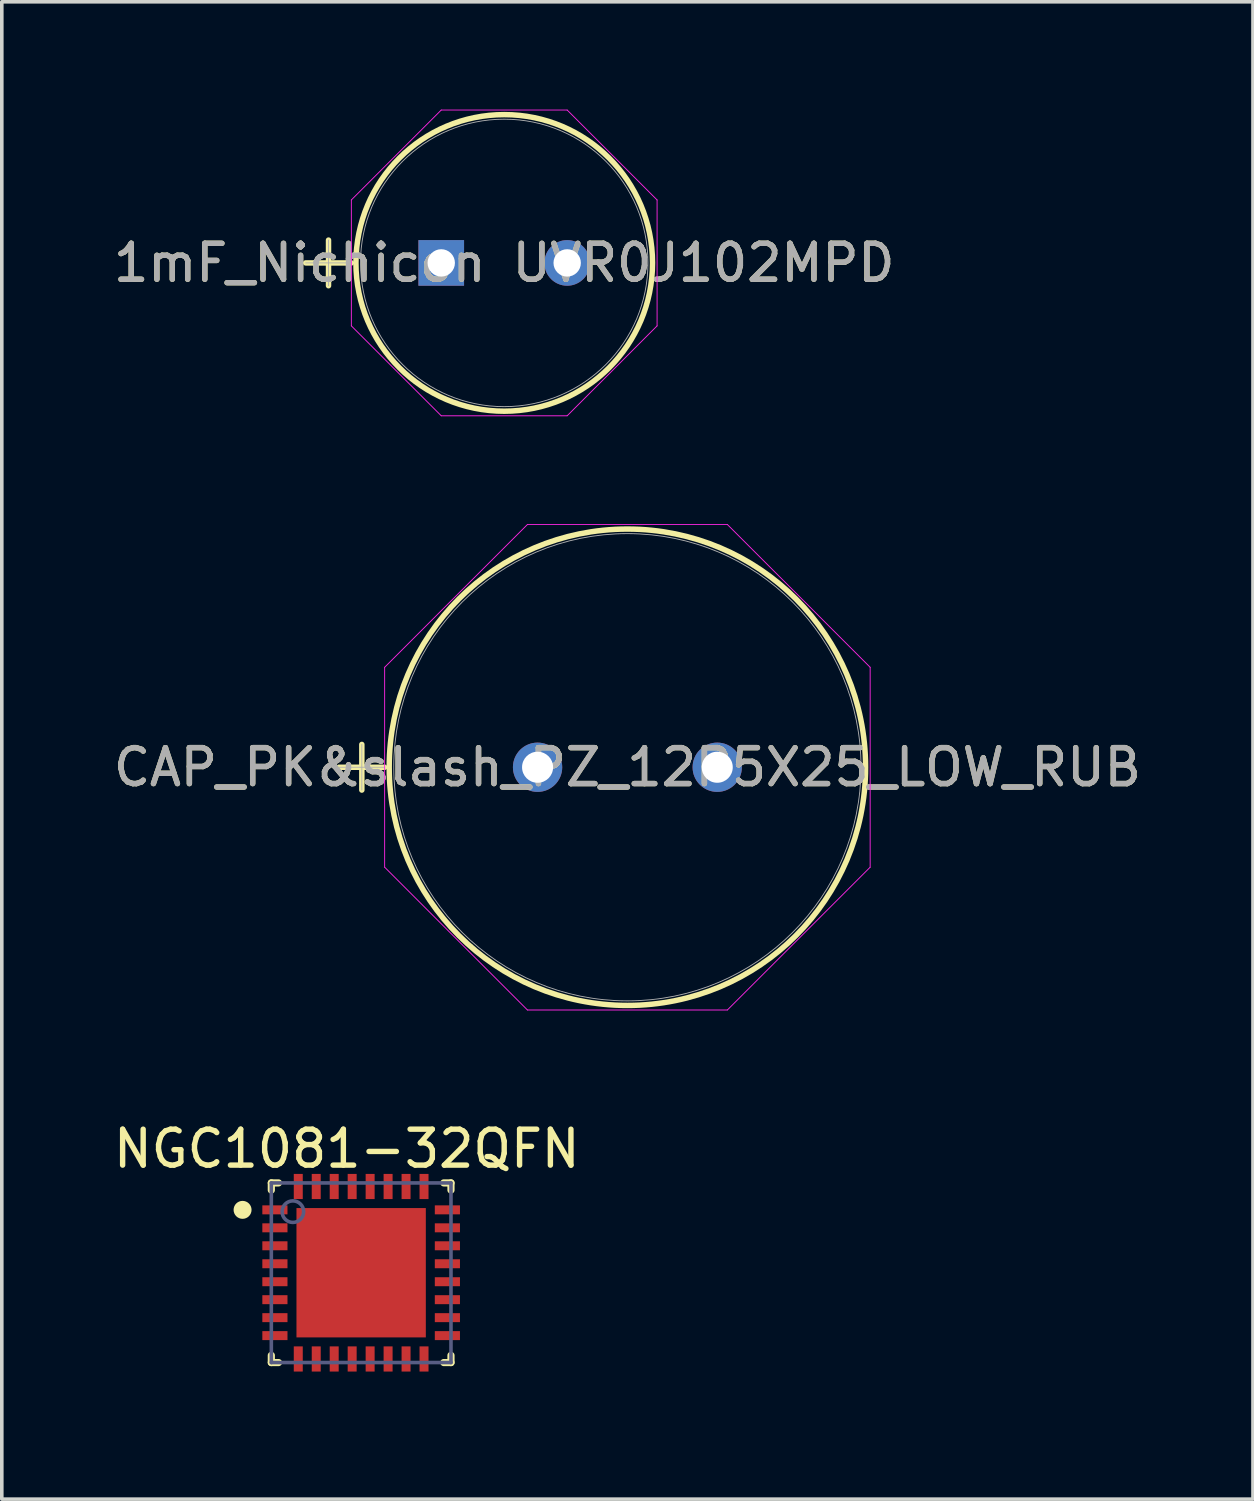
<source format=kicad_pcb>
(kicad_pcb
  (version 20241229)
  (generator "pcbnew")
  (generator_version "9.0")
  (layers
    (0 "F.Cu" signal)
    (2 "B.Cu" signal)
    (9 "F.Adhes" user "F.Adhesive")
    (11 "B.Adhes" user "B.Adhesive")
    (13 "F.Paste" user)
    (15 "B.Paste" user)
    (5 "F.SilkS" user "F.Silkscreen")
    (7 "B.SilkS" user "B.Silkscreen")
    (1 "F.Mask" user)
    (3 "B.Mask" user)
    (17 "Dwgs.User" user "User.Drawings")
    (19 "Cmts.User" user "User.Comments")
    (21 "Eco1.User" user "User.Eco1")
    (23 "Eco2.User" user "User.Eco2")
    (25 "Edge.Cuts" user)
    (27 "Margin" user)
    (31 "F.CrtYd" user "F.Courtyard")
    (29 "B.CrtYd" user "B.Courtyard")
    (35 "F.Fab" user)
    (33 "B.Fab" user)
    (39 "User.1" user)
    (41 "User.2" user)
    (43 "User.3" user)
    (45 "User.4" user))
  (footprint "CAP_PK&slash_PZ_12P5X25_LOW_RUB"
    (layer "F.Cu")
    (at 11.911 18.303)
    (property "Reference" "CAP_PK&slash_PZ_12P5X25_LOW_RUB" (at 2.5 0 0) (unlocked yes) (layer "F.SilkS") (effects (font (size 1 1) (thickness 0.15))))
    (attr through_hole)
    (fp_line (start -5.526 0) (end -4.256 0) (stroke (width 0.152) (type solid)) (layer "F.SilkS"))
    (fp_line (start -4.891 -0.635) (end -4.891 0.635) (stroke (width 0.152) (type solid)) (layer "F.SilkS"))
    (fp_circle (center 2.5 0) (end 9.129 0) (stroke (width 0.152) (type solid)) (fill no) (layer "F.SilkS"))
    (fp_line (start -4.256 -2.782) (end -0.282 -6.756) (stroke (width 0.025) (type solid)) (layer "F.CrtYd"))
    (fp_line (start -4.256 2.782) (end -4.256 -2.782) (stroke (width 0.025) (type solid)) (layer "F.CrtYd"))
    (fp_line (start -0.282 -6.756) (end 5.282 -6.756) (stroke (width 0.025) (type solid)) (layer "F.CrtYd"))
    (fp_line (start -0.282 6.756) (end -4.256 2.782) (stroke (width 0.025) (type solid)) (layer "F.CrtYd"))
    (fp_line (start 5.282 -6.756) (end 9.256 -2.782) (stroke (width 0.025) (type solid)) (layer "F.CrtYd"))
    (fp_line (start 5.282 6.756) (end -0.282 6.756) (stroke (width 0.025) (type solid)) (layer "F.CrtYd"))
    (fp_line (start 9.256 -2.782) (end 9.256 2.782) (stroke (width 0.025) (type solid)) (layer "F.CrtYd"))
    (fp_line (start 9.256 2.782) (end 5.282 6.756) (stroke (width 0.025) (type solid)) (layer "F.CrtYd"))
    (fp_line (start -5.526 0) (end -4.256 0) (stroke (width 0.025) (type solid)) (layer "F.Fab"))
    (fp_line (start -4.891 -0.635) (end -4.891 0.635) (stroke (width 0.025) (type solid)) (layer "F.Fab"))
    (fp_circle (center 2.5 0) (end 9.002 0) (stroke (width 0.025) (type solid)) (fill no) (layer "F.Fab"))
    (fp_text user "${REFERENCE}" (at 2.5 0 0) (unlocked yes) (layer "F.Fab") (effects (font (size 1 1) (thickness 0.15))))
    (pad "1" thru_hole circle (at 0 0) (size 1.372 1.372) (drill 0.864) (layers "*.Cu" "*.Mask"))
    (pad "2" thru_hole circle (at 5 0) (size 1.372 1.372) (drill 0.864) (layers "*.Cu" "*.Mask")))
  (footprint "NGC1081-32QFN"
    (layer "F.Cu")
    (at 7.001 32.371)
    (property "Reference" "NGC1081-32QFN" (at -0.4 -3.45 0) (layer "F.SilkS") (effects (font (size 1 1) (thickness 0.15))))
    (fp_line (start -2.5 -2.5) (end -2.3 -2.5) (stroke (width 0.2) (type solid)) (layer "F.SilkS"))
    (fp_line (start -2.5 -2.3) (end -2.5 -2.5) (stroke (width 0.2) (type solid)) (layer "F.SilkS"))
    (fp_line (start -2.5 2.5) (end -2.5 2.3) (stroke (width 0.2) (type solid)) (layer "F.SilkS"))
    (fp_line (start -2.5 2.5) (end -2.3 2.5) (stroke (width 0.2) (type solid)) (layer "F.SilkS"))
    (fp_line (start 2.3 -2.5) (end 2.5 -2.5) (stroke (width 0.2) (type solid)) (layer "F.SilkS"))
    (fp_line (start 2.3 2.5) (end 2.5 2.5) (stroke (width 0.2) (type solid)) (layer "F.SilkS"))
    (fp_line (start 2.5 -2.3) (end 2.5 -2.5) (stroke (width 0.2) (type solid)) (layer "F.SilkS"))
    (fp_line (start 2.5 2.5) (end 2.5 2.3) (stroke (width 0.2) (type solid)) (layer "F.SilkS"))
    (fp_circle (center -3.3 -1.75) (end -3.3 -1.875) (stroke (width 0.25) (type solid)) (fill no) (layer "F.SilkS"))
    (fp_poly (pts (xy -1.6 -1.6) (xy -1.6 -0.2) (xy -0.2 -0.2) (xy -0.2 -1.6)) (stroke (width 0) (type default)) (fill yes) (layer "F.Paste"))
    (fp_poly (pts (xy -1.6 0.2) (xy -1.6 1.6) (xy -0.2 1.6) (xy -0.2 0.2)) (stroke (width 0) (type default)) (fill yes) (layer "F.Paste"))
    (fp_poly (pts (xy 0.2 -1.6) (xy 0.2 -0.2) (xy 1.6 -0.2) (xy 1.6 -1.6)) (stroke (width 0) (type default)) (fill yes) (layer "F.Paste"))
    (fp_poly (pts (xy 0.2 0.2) (xy 0.2 1.6) (xy 1.6 1.6) (xy 1.6 0.2)) (stroke (width 0) (type default)) (fill yes) (layer "F.Paste"))
    (fp_line (start -3.25 -3.25) (end 3.25 -3.25) (stroke (width 0.1) (type solid)) (layer "Eco2.User"))
    (fp_line (start -3.25 3.25) (end -3.25 -3.25) (stroke (width 0.1) (type solid)) (layer "Eco2.User"))
    (fp_line (start -3.25 3.25) (end 3.25 3.25) (stroke (width 0.1) (type solid)) (layer "Eco2.User"))
    (fp_line (start -0.5 0) (end 0.5 0) (stroke (width 0.1) (type solid)) (layer "Eco2.User"))
    (fp_line (start 0 0.5) (end 0 -0.5) (stroke (width 0.1) (type solid)) (layer "Eco2.User"))
    (fp_line (start 3.25 3.25) (end 3.25 -3.25) (stroke (width 0.1) (type solid)) (layer "Eco2.User"))
    (fp_line (start -2.5 -2.5) (end 2.5 -2.5) (stroke (width 0.1) (type solid)) (layer "B.Fab"))
    (fp_line (start -2.5 2.5) (end -2.5 -2.5) (stroke (width 0.1) (type solid)) (layer "B.Fab"))
    (fp_line (start -2.5 2.5) (end 2.5 2.5) (stroke (width 0.1) (type solid)) (layer "B.Fab"))
    (fp_line (start 2.5 2.5) (end 2.5 -2.5) (stroke (width 0.1) (type solid)) (layer "B.Fab"))
    (fp_circle (center -1.9 -1.7) (end -1.9 -2) (stroke (width 0.1) (type solid)) (fill no) (layer "B.Fab"))
    (fp_text user "${REFERENCE}" (at 0 0.129 0) (unlocked yes) (layer "User.3") (effects (font (face "Arial") (size 0.756 0.756) (thickness 0.2)) (justify left bottom)))
    (pad "1" smd rect (at -2.4 -1.75) (size 0.7 0.25) (layers "F.Cu" "F.Mask" "F.Paste"))
    (pad "2" smd rect (at -2.4 -1.25) (size 0.7 0.25) (layers "F.Cu" "F.Mask" "F.Paste"))
    (pad "3" smd rect (at -2.4 -0.75) (size 0.7 0.25) (layers "F.Cu" "F.Mask" "F.Paste"))
    (pad "4" smd rect (at -2.4 -0.25) (size 0.7 0.25) (layers "F.Cu" "F.Mask" "F.Paste"))
    (pad "5" smd rect (at -2.4 0.25) (size 0.7 0.25) (layers "F.Cu" "F.Mask" "F.Paste"))
    (pad "6" smd rect (at -2.4 0.75) (size 0.7 0.25) (layers "F.Cu" "F.Mask" "F.Paste"))
    (pad "7" smd rect (at -2.4 1.25) (size 0.7 0.25) (layers "F.Cu" "F.Mask" "F.Paste"))
    (pad "8" smd rect (at -2.4 1.75) (size 0.7 0.25) (layers "F.Cu" "F.Mask" "F.Paste"))
    (pad "9" smd rect (at -1.75 2.4 90) (size 0.7 0.25) (layers "F.Cu" "F.Mask" "F.Paste"))
    (pad "10" smd rect (at -1.25 2.4 90) (size 0.7 0.25) (layers "F.Cu" "F.Mask" "F.Paste"))
    (pad "11" smd rect (at -0.75 2.4 90) (size 0.7 0.25) (layers "F.Cu" "F.Mask" "F.Paste"))
    (pad "12" smd rect (at -0.25 2.4 90) (size 0.7 0.25) (layers "F.Cu" "F.Mask" "F.Paste"))
    (pad "13" smd rect (at 0.25 2.4 90) (size 0.7 0.25) (layers "F.Cu" "F.Mask" "F.Paste"))
    (pad "14" smd rect (at 0.75 2.4 90) (size 0.7 0.25) (layers "F.Cu" "F.Mask" "F.Paste"))
    (pad "15" smd rect (at 1.25 2.4 90) (size 0.7 0.25) (layers "F.Cu" "F.Mask" "F.Paste"))
    (pad "16" smd rect (at 1.75 2.4 90) (size 0.7 0.25) (layers "F.Cu" "F.Mask" "F.Paste"))
    (pad "17" smd rect (at 2.4 1.75) (size 0.7 0.25) (layers "F.Cu" "F.Mask" "F.Paste"))
    (pad "18" smd rect (at 2.4 1.25) (size 0.7 0.25) (layers "F.Cu" "F.Mask" "F.Paste"))
    (pad "19" smd rect (at 2.4 0.75) (size 0.7 0.25) (layers "F.Cu" "F.Mask" "F.Paste"))
    (pad "20" smd rect (at 2.4 0.25) (size 0.7 0.25) (layers "F.Cu" "F.Mask" "F.Paste"))
    (pad "21" smd rect (at 2.4 -0.25) (size 0.7 0.25) (layers "F.Cu" "F.Mask" "F.Paste"))
    (pad "22" smd rect (at 2.4 -0.75) (size 0.7 0.25) (layers "F.Cu" "F.Mask" "F.Paste"))
    (pad "23" smd rect (at 2.4 -1.25) (size 0.7 0.25) (layers "F.Cu" "F.Mask" "F.Paste"))
    (pad "24" smd rect (at 2.4 -1.75) (size 0.7 0.25) (layers "F.Cu" "F.Mask" "F.Paste"))
    (pad "25" smd rect (at 1.75 -2.4 90) (size 0.7 0.25) (layers "F.Cu" "F.Mask" "F.Paste"))
    (pad "26" smd rect (at 1.25 -2.4 90) (size 0.7 0.25) (layers "F.Cu" "F.Mask" "F.Paste"))
    (pad "27" smd rect (at 0.75 -2.4 90) (size 0.7 0.25) (layers "F.Cu" "F.Mask" "F.Paste"))
    (pad "28" smd rect (at 0.25 -2.4 90) (size 0.7 0.25) (layers "F.Cu" "F.Mask" "F.Paste"))
    (pad "29" smd rect (at -0.25 -2.4 90) (size 0.7 0.25) (layers "F.Cu" "F.Mask" "F.Paste"))
    (pad "30" smd rect (at -0.75 -2.4 90) (size 0.7 0.25) (layers "F.Cu" "F.Mask" "F.Paste"))
    (pad "31" smd rect (at -1.25 -2.4 90) (size 0.7 0.25) (layers "F.Cu" "F.Mask" "F.Paste"))
    (pad "32" smd rect (at -1.75 -2.4 90) (size 0.7 0.25) (layers "F.Cu" "F.Mask" "F.Paste"))
    (pad "33" smd rect (at 0 0) (size 3.6 3.6) (layers "F.Cu" "F.Mask" "F.Paste")))
  (footprint "1mF_Nichicon UVR0J102MPD"
    (layer "F.Cu")
    (at 9.23 4.267)
    (property "Reference" "1mF_Nichicon UVR0J102MPD" (at 1.753 0 0) (unlocked yes) (layer "F.SilkS") (effects (font (size 1 1) (thickness 0.15))))
    (attr through_hole)
    (fp_line (start -3.772 0) (end -2.502 0) (stroke (width 0.152) (type solid)) (layer "F.SilkS"))
    (fp_line (start -3.137 -0.635) (end -3.137 0.635) (stroke (width 0.152) (type solid)) (layer "F.SilkS"))
    (fp_circle (center 1.753 0) (end 5.88 0) (stroke (width 0.152) (type solid)) (fill no) (layer "F.SilkS"))
    (fp_line (start -2.502 -1.752) (end 0 -4.255) (stroke (width 0.025) (type solid)) (layer "F.CrtYd"))
    (fp_line (start -2.502 1.752) (end -2.502 -1.752) (stroke (width 0.025) (type solid)) (layer "F.CrtYd"))
    (fp_line (start 0 -4.255) (end 3.504 -4.255) (stroke (width 0.025) (type solid)) (layer "F.CrtYd"))
    (fp_line (start 0 4.255) (end -2.502 1.752) (stroke (width 0.025) (type solid)) (layer "F.CrtYd"))
    (fp_line (start 3.504 -4.255) (end 6.007 -1.752) (stroke (width 0.025) (type solid)) (layer "F.CrtYd"))
    (fp_line (start 3.504 4.255) (end 0 4.255) (stroke (width 0.025) (type solid)) (layer "F.CrtYd"))
    (fp_line (start 6.007 -1.752) (end 6.007 1.752) (stroke (width 0.025) (type solid)) (layer "F.CrtYd"))
    (fp_line (start 6.007 1.752) (end 3.504 4.255) (stroke (width 0.025) (type solid)) (layer "F.CrtYd"))
    (fp_line (start -3.772 0) (end -2.502 0) (stroke (width 0.025) (type solid)) (layer "F.Fab"))
    (fp_line (start -3.137 -0.635) (end -3.137 0.635) (stroke (width 0.025) (type solid)) (layer "F.Fab"))
    (fp_circle (center 1.753 0) (end 5.753 0) (stroke (width 0.025) (type solid)) (fill no) (layer "F.Fab"))
    (fp_text user "${REFERENCE}" (at 1.753 0 0) (unlocked yes) (layer "F.Fab") (effects (font (size 1 1) (thickness 0.15))))
    (pad "1" thru_hole rect (at 0 0) (size 1.27 1.27) (drill 0.762) (layers "*.Cu" "*.Mask"))
    (pad "2" thru_hole circle (at 3.505 0) (size 1.27 1.27) (drill 0.762) (layers "*.Cu" "*.Mask")))
  (gr_rect
    (start -3 -3)
    (end 31.821 38.671)
    (stroke (width 0.1) (type default))
    (fill no)
    (layer "Edge.Cuts")))
</source>
